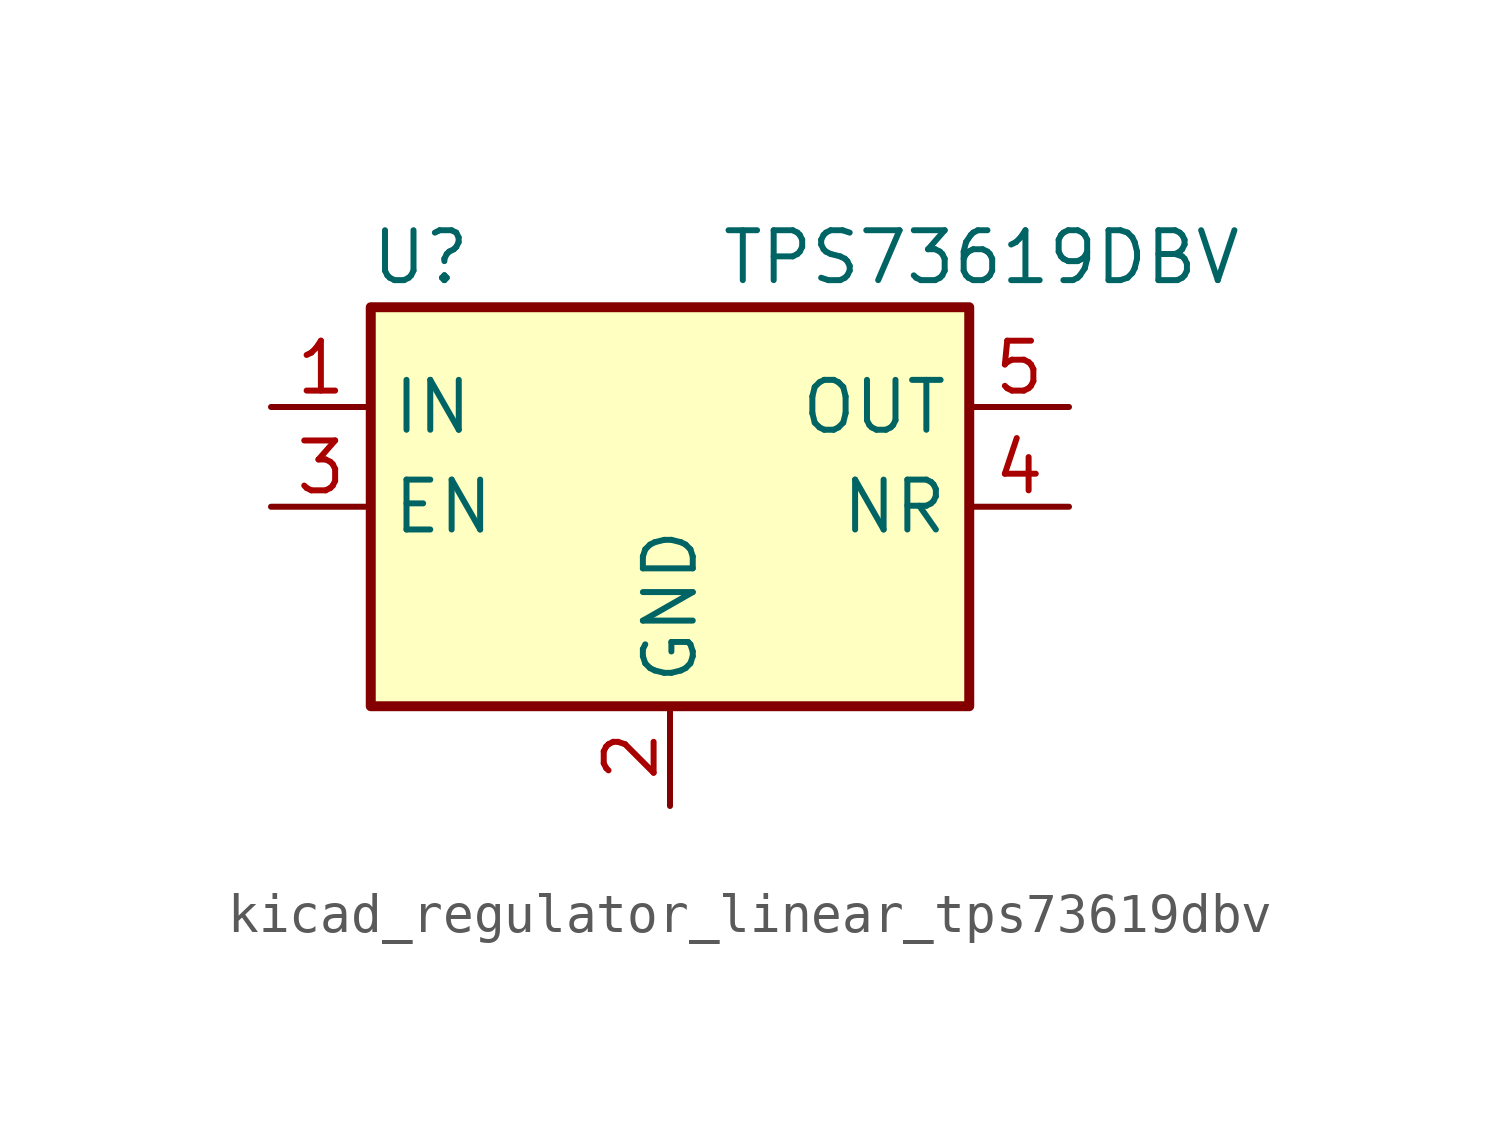
<source format=kicad_sym>
(kicad_symbol_lib
  (version 20220914)
  (generator kicad_symbol_editor)
  (symbol "kicad_regulator_linear_tps73619dbv"
    (property "Reference" "U"
      (at -6.35 6.35 0)
      (effects (font (size 1.27 1.27))))
    (property "Value" "TPS73619DBV"
      (at 1.27 6.35 0)
      (effects (font (size 1.27 1.27)) (justify left)))
    (symbol "kicad_regulator_linear_tps73619dbv_0_1"
      (rectangle (start -7.62 -5.08) (end 7.62 5.08) (stroke (width 0.254) (type default)) (fill (type background))))
    (symbol "kicad_regulator_linear_tps73619dbv_1_1"
      (pin power_in line (at -10.16 2.54 0) (length 2.54) (name "IN" (effects (font (size 1.27 1.27)))) (number "1" (effects (font (size 1.27 1.27)))))
      (pin power_in line (at 0 -7.62 90) (length 2.54) (name "GND" (effects (font (size 1.27 1.27)))) (number "2" (effects (font (size 1.27 1.27)))))
      (pin input line (at -10.16 0 0) (length 2.54) (name "EN" (effects (font (size 1.27 1.27)))) (number "3" (effects (font (size 1.27 1.27)))))
      (pin passive line (at 10.16 0 180) (length 2.54) (name "NR" (effects (font (size 1.27 1.27)))) (number "4" (effects (font (size 1.27 1.27)))))
      (pin power_out line (at 10.16 2.54 180) (length 2.54) (name "OUT" (effects (font (size 1.27 1.27)))) (number "5" (effects (font (size 1.27 1.27))))))))
</source>
